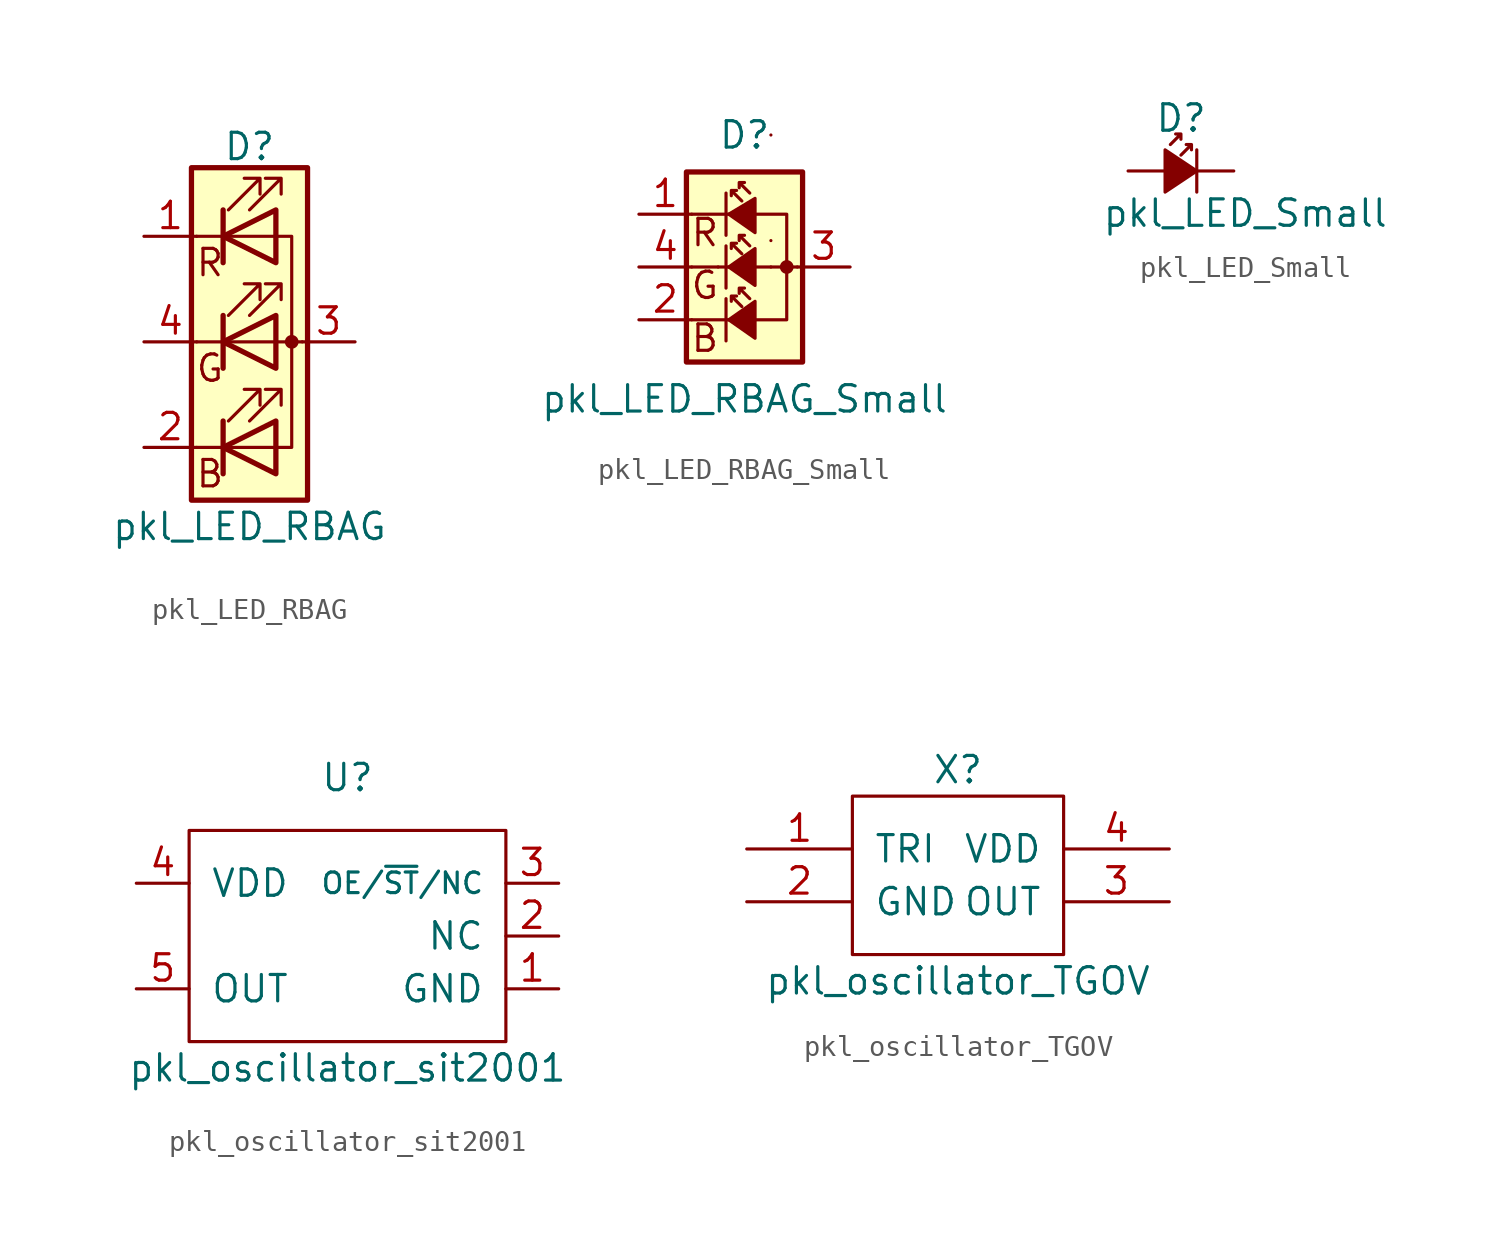
<source format=kicad_sym>
(kicad_symbol_lib
  (version 20220914)
  (generator kicad_symbol_editor)
  (symbol "pkl_LED_RBAG"
    (pin_names
      (offset 0) hide)
    (property "Reference" "D"
      (at 0 9.398 0)
      (effects (font (size 1.27 1.27))))
    (property "Value" "pkl_LED_RBAG"
      (at 0 -8.89 0)
      (effects (font (size 1.27 1.27))))
    (symbol "pkl_LED_RBAG_0_0"
      (text "B" (at -1.905 -6.35 0) (effects (font (size 1.27 1.27))))
      (text "G" (at -1.905 -1.27 0) (effects (font (size 1.27 1.27))))
      (text "R" (at -1.905 3.81 0) (effects (font (size 1.27 1.27)))))
    (symbol "pkl_LED_RBAG_0_1"
      (polyline (pts (xy -1.27 -5.08) (xy -2.54 -5.08)) (stroke (width 0) (type default)) (fill (type none)))
      (polyline (pts (xy -1.27 -5.08) (xy 1.27 -5.08)) (stroke (width 0) (type default)) (fill (type none)))
      (polyline (pts (xy -1.27 -3.81) (xy -1.27 -6.35)) (stroke (width 0.254) (type default)) (fill (type none)))
      (polyline (pts (xy -1.27 0) (xy -2.54 0)) (stroke (width 0) (type default)) (fill (type none)))
      (polyline (pts (xy -1.27 1.27) (xy -1.27 -1.27)) (stroke (width 0.254) (type default)) (fill (type none)))
      (polyline (pts (xy -1.27 5.08) (xy -2.54 5.08)) (stroke (width 0) (type default)) (fill (type none)))
      (polyline (pts (xy -1.27 5.08) (xy 1.27 5.08)) (stroke (width 0) (type default)) (fill (type none)))
      (polyline (pts (xy -1.27 6.35) (xy -1.27 3.81)) (stroke (width 0.254) (type default)) (fill (type none)))
      (polyline (pts (xy 1.27 0) (xy -1.27 0)) (stroke (width 0) (type default)) (fill (type none)))
      (polyline (pts (xy 1.27 0) (xy 2.54 0)) (stroke (width 0) (type default)) (fill (type none)))
      (polyline (pts (xy -1.27 1.27) (xy -1.27 -1.27) (xy -1.27 -1.27)) (stroke (width 0) (type default)) (fill (type none)))
      (polyline (pts (xy -1.27 6.35) (xy -1.27 3.81) (xy -1.27 3.81)) (stroke (width 0) (type default)) (fill (type none)))
      (polyline (pts (xy 1.27 -5.08) (xy 2.032 -5.08) (xy 2.032 5.08) (xy 1.27 5.08)) (stroke (width 0) (type default)) (fill (type none)))
      (polyline (pts (xy 1.27 -3.81) (xy 1.27 -6.35) (xy -1.27 -5.08) (xy 1.27 -3.81)) (stroke (width 0.254) (type default)) (fill (type none)))
      (polyline (pts (xy 1.27 1.27) (xy 1.27 -1.27) (xy -1.27 0) (xy 1.27 1.27)) (stroke (width 0.254) (type default)) (fill (type none)))
      (polyline (pts (xy 1.27 6.35) (xy 1.27 3.81) (xy -1.27 5.08) (xy 1.27 6.35)) (stroke (width 0.254) (type default)) (fill (type none)))
      (polyline (pts (xy -1.016 -3.81) (xy 0.508 -2.286) (xy -0.254 -2.286) (xy 0.508 -2.286) (xy 0.508 -3.048)) (stroke (width 0) (type default)) (fill (type none)))
      (polyline (pts (xy -1.016 1.27) (xy 0.508 2.794) (xy -0.254 2.794) (xy 0.508 2.794) (xy 0.508 2.032)) (stroke (width 0) (type default)) (fill (type none)))
      (polyline (pts (xy -1.016 6.35) (xy 0.508 7.874) (xy -0.254 7.874) (xy 0.508 7.874) (xy 0.508 7.112)) (stroke (width 0) (type default)) (fill (type none)))
      (polyline (pts (xy 0 -3.81) (xy 1.524 -2.286) (xy 0.762 -2.286) (xy 1.524 -2.286) (xy 1.524 -3.048)) (stroke (width 0) (type default)) (fill (type none)))
      (polyline (pts (xy 0 1.27) (xy 1.524 2.794) (xy 0.762 2.794) (xy 1.524 2.794) (xy 1.524 2.032)) (stroke (width 0) (type default)) (fill (type none)))
      (polyline (pts (xy 0 6.35) (xy 1.524 7.874) (xy 0.762 7.874) (xy 1.524 7.874) (xy 1.524 7.112)) (stroke (width 0) (type default)) (fill (type none)))
      (rectangle (start 1.27 -1.27) (end 1.27 1.27) (stroke (width 0) (type default)) (fill (type none)))
      (rectangle (start 1.27 1.27) (end 1.27 1.27) (stroke (width 0) (type default)) (fill (type none)))
      (rectangle (start 1.27 3.81) (end 1.27 6.35) (stroke (width 0) (type default)) (fill (type none)))
      (rectangle (start 1.27 6.35) (end 1.27 6.35) (stroke (width 0) (type default)) (fill (type none)))
      (circle (center 2.032 0) (radius 0.254) (stroke (width 0) (type default)) (fill (type outline)))
      (rectangle (start 2.794 8.382) (end -2.794 -7.62) (stroke (width 0.254) (type default)) (fill (type background))))
    (symbol "pkl_LED_RBAG_1_1"
      (pin passive line (at -5.08 5.08 0) (length 2.54) (name "RK" (effects (font (size 1.27 1.27)))) (number "1" (effects (font (size 1.27 1.27)))))
      (pin passive line (at -5.08 -5.08 0) (length 2.54) (name "BK" (effects (font (size 1.27 1.27)))) (number "2" (effects (font (size 1.27 1.27)))))
      (pin passive line (at 5.08 0 180) (length 2.54) (name "A" (effects (font (size 1.27 1.27)))) (number "3" (effects (font (size 1.27 1.27)))))
      (pin passive line (at -5.08 0 0) (length 2.54) (name "GK" (effects (font (size 1.27 1.27)))) (number "4" (effects (font (size 1.27 1.27)))))))
  (symbol "pkl_LED_RBAG_Small"
    (pin_names
      (offset 0) hide)
    (property "Reference" "D"
      (at 0 6.35 0)
      (effects (font (size 1.27 1.27))))
    (property "Value" "pkl_LED_RBAG_Small"
      (at 0 -6.35 0)
      (effects (font (size 1.27 1.27))))
    (symbol "pkl_LED_RBAG_Small_0_0"
      (text "B" (at -1.905 -3.429 0) (effects (font (size 1.27 1.27))))
      (text "G" (at -1.905 -0.889 0) (effects (font (size 1.27 1.27))))
      (text "R" (at -1.905 1.651 0) (effects (font (size 1.27 1.27)))))
    (symbol "pkl_LED_RBAG_Small_0_1"
      (rectangle (start -2.794 4.572) (end 2.794 -4.572) (stroke (width 0.254) (type default)) (fill (type background)))
      (polyline (pts (xy -1.27 0) (xy -2.54 0)) (stroke (width 0) (type default)) (fill (type none)))
      (polyline (pts (xy -0.889 -3.556) (xy -0.889 -1.524)) (stroke (width 0) (type default)) (fill (type none)))
      (polyline (pts (xy -0.889 -1.016) (xy -0.889 1.016)) (stroke (width 0) (type default)) (fill (type none)))
      (polyline (pts (xy -0.889 1.524) (xy -0.889 3.556)) (stroke (width 0) (type default)) (fill (type none)))
      (polyline (pts (xy 1.27 0) (xy -1.27 0)) (stroke (width 0) (type default)) (fill (type none)))
      (polyline (pts (xy 1.27 0) (xy 2.54 0)) (stroke (width 0) (type default)) (fill (type none)))
      (polyline (pts (xy -2.54 -2.54) (xy 2.032 -2.54) (xy 2.032 2.54) (xy -2.54 2.54)) (stroke (width 0) (type default)) (fill (type none)))
      (polyline (pts (xy 0.508 -3.429) (xy -0.762 -2.54) (xy 0.508 -1.651) (xy 0.508 -3.429)) (stroke (width 0) (type default)) (fill (type outline)))
      (polyline (pts (xy 0.508 -0.889) (xy -0.762 0) (xy 0.508 0.889) (xy 0.508 -0.889)) (stroke (width 0) (type default)) (fill (type outline)))
      (polyline (pts (xy 0.508 1.651) (xy -0.762 2.54) (xy 0.508 3.302) (xy 0.508 1.651)) (stroke (width 0) (type default)) (fill (type outline)))
      (polyline (pts (xy -0.127 -1.905) (xy -0.635 -1.397) (xy -0.381 -1.397) (xy -0.635 -1.397) (xy -0.635 -1.651)) (stroke (width 0) (type default)) (fill (type none)))
      (polyline (pts (xy -0.127 0.635) (xy -0.635 1.143) (xy -0.381 1.143) (xy -0.635 1.143) (xy -0.635 0.889)) (stroke (width 0) (type default)) (fill (type none)))
      (polyline (pts (xy -0.127 3.175) (xy -0.635 3.683) (xy -0.381 3.683) (xy -0.635 3.683) (xy -0.635 3.429)) (stroke (width 0) (type default)) (fill (type none)))
      (polyline (pts (xy 0.254 -1.524) (xy -0.254 -1.016) (xy 0 -1.016) (xy -0.254 -1.016) (xy -0.254 -1.27)) (stroke (width 0) (type default)) (fill (type none)))
      (polyline (pts (xy 0.254 1.016) (xy -0.254 1.524) (xy 0 1.524) (xy -0.254 1.524) (xy -0.254 1.27)) (stroke (width 0) (type default)) (fill (type none)))
      (polyline (pts (xy 0.254 3.556) (xy -0.254 4.064) (xy 0 4.064) (xy -0.254 4.064) (xy -0.254 3.81)) (stroke (width 0) (type default)) (fill (type none)))
      (rectangle (start 1.27 1.27) (end 1.27 1.27) (stroke (width 0) (type default)) (fill (type none)))
      (rectangle (start 1.27 6.35) (end 1.27 6.35) (stroke (width 0) (type default)) (fill (type none)))
      (circle (center 2.032 0) (radius 0.254) (stroke (width 0) (type default)) (fill (type outline))))
    (symbol "pkl_LED_RBAG_Small_1_1"
      (pin passive line (at -5.08 2.54 0) (length 2.54) (name "RK" (effects (font (size 1.27 1.27)))) (number "1" (effects (font (size 1.27 1.27)))))
      (pin passive line (at -5.08 -2.54 0) (length 2.54) (name "BK" (effects (font (size 1.27 1.27)))) (number "2" (effects (font (size 1.27 1.27)))))
      (pin passive line (at 5.08 0 180) (length 2.54) (name "A" (effects (font (size 1.27 1.27)))) (number "3" (effects (font (size 1.27 1.27)))))
      (pin passive line (at -5.08 0 0) (length 2.54) (name "GK" (effects (font (size 1.27 1.27)))) (number "4" (effects (font (size 1.27 1.27)))))))
  (symbol "pkl_LED_Small"
    (pin_numbers hide)
    (pin_names
      (offset 0.254) hide)
    (property "Reference" "D"
      (at -1.27 2.54 0)
      (effects (font (size 1.27 1.27)) (justify left)))
    (property "Value" "pkl_LED_Small"
      (at -3.81 -2.032 0)
      (effects (font (size 1.27 1.27)) (justify left)))
    (symbol "pkl_LED_Small_0_1"
      (polyline (pts (xy 0.762 -1.016) (xy 0.762 1.016)) (stroke (width 0) (type default)) (fill (type none)))
      (polyline (pts (xy -0.762 -1.016) (xy 0.762 0) (xy -0.762 1.016) (xy -0.762 -1.016)) (stroke (width 0) (type default)) (fill (type outline)))
      (polyline (pts (xy -0.508 1.27) (xy 0 1.778) (xy -0.254 1.778) (xy 0 1.778) (xy 0 1.524)) (stroke (width 0) (type default)) (fill (type none)))
      (polyline (pts (xy 0 0.762) (xy 0.508 1.27) (xy 0.254 1.27) (xy 0.508 1.27) (xy 0.508 1.016)) (stroke (width 0) (type default)) (fill (type none))))
    (symbol "pkl_LED_Small_1_1"
      (pin passive line (at -2.54 0 0) (length 1.778) (name "A" (effects (font (size 1.016 1.016)))) (number "A" (effects (font (size 1.016 1.016)))))
      (pin passive line (at 2.54 0 180) (length 1.778) (name "C" (effects (font (size 1.016 1.016)))) (number "C" (effects (font (size 1.016 1.016)))))))
  (symbol "pkl_oscillator_sit2001"
    (pin_names
      (offset 1.016))
    (property "Reference" "U"
      (at 0 7.62 0)
      (effects (font (size 1.27 1.27))))
    (property "Value" "pkl_oscillator_sit2001"
      (at 0 -6.35 0)
      (effects (font (size 1.27 1.27))))
    (symbol "pkl_oscillator_sit2001_1_1"
      (rectangle (start 7.62 -5.08) (end -7.62 5.08) (stroke (width 0) (type default)) (fill (type none)))
      (pin passive line (at 10.16 -2.54 180) (length 2.54) (name "GND" (effects (font (size 1.27 1.27)))) (number "1" (effects (font (size 1.27 1.27)))))
      (pin passive line (at 10.16 0 180) (length 2.54) (name "NC" (effects (font (size 1.27 1.27)))) (number "2" (effects (font (size 1.27 1.27)))))
      (pin passive line (at 10.16 2.54 180) (length 2.54) (name "OE/~{ST}/NC" (effects (font (size 0.991 0.991)))) (number "3" (effects (font (size 1.27 1.27)))))
      (pin passive line (at -10.16 2.54 0) (length 2.54) (name "VDD" (effects (font (size 1.27 1.27)))) (number "4" (effects (font (size 1.27 1.27)))))
      (pin passive line (at -10.16 -2.54 0) (length 2.54) (name "OUT" (effects (font (size 1.27 1.27)))) (number "5" (effects (font (size 1.27 1.27)))))))
  (symbol "pkl_oscillator_TGOV"
    (pin_names
      (offset 1.016))
    (property "Reference" "X"
      (at 0 3.81 0)
      (effects (font (size 1.27 1.27))))
    (property "Value" "pkl_oscillator_TGOV"
      (at 0 -6.35 0)
      (effects (font (size 1.27 1.27))))
    (symbol "pkl_oscillator_TGOV_1_1"
      (rectangle (start -5.08 2.54) (end 5.08 -5.08) (stroke (width 0) (type default)) (fill (type none)))
      (pin passive line (at -10.16 0 0) (length 5.08) (name "TRI" (effects (font (size 1.27 1.27)))) (number "1" (effects (font (size 1.27 1.27)))))
      (pin passive line (at -10.16 -2.54 0) (length 5.08) (name "GND" (effects (font (size 1.27 1.27)))) (number "2" (effects (font (size 1.27 1.27)))))
      (pin passive line (at 10.16 -2.54 180) (length 5.08) (name "OUT" (effects (font (size 1.27 1.27)))) (number "3" (effects (font (size 1.27 1.27)))))
      (pin passive line (at 10.16 0 180) (length 5.08) (name "VDD" (effects (font (size 1.27 1.27)))) (number "4" (effects (font (size 1.27 1.27))))))))
</source>
